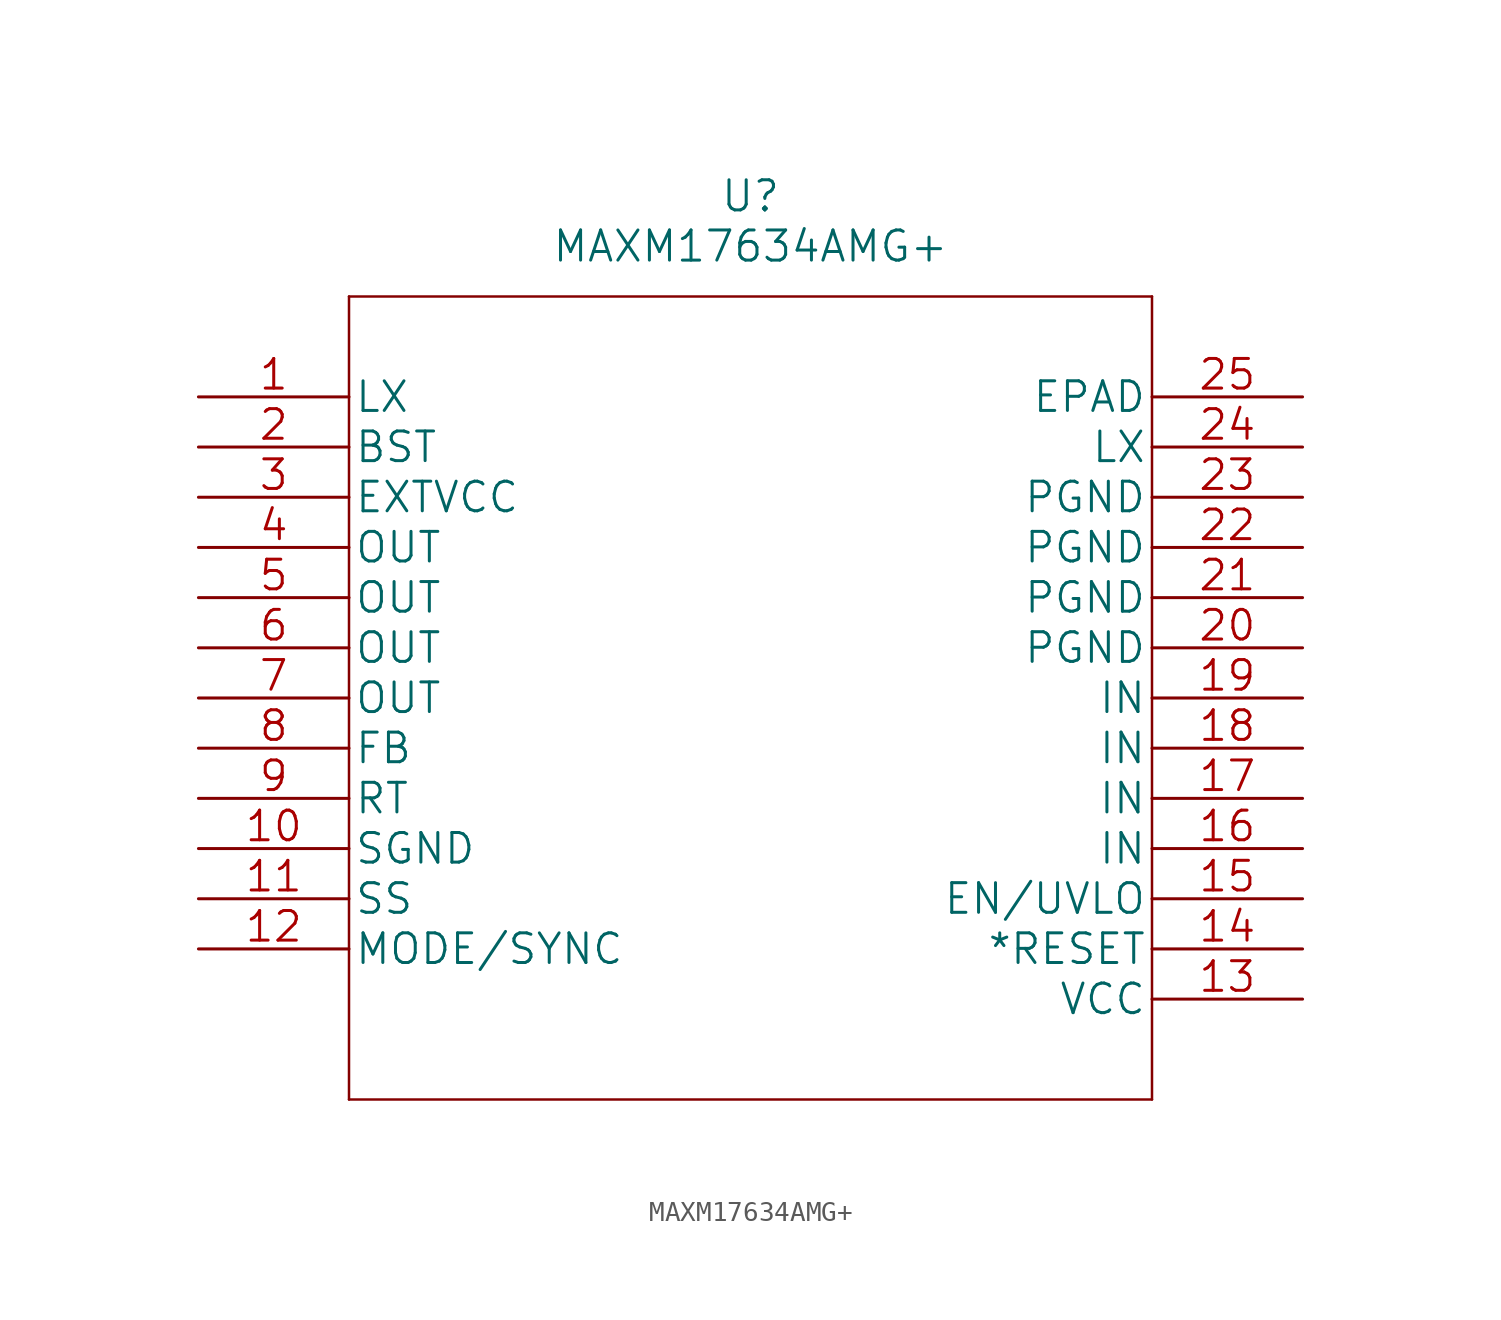
<source format=kicad_sym>
(kicad_symbol_lib
  (version 20210619)
  (generator kicad_symbol_editor)
  (symbol "MAXM17634AMG+"
    (pin_names
      (offset 0.254))
    (property "Reference" "U"
      (at 27.94 10.16 0)
      (effects (font (size 1.524 1.524))))
    (property "Value" "MAXM17634AMG+"
      (at 27.94 7.62 0)
      (effects (font (size 1.524 1.524))))
    (property "Datasheet" ""
      (at 0 0 0)
      (effects (font (size 1.524 1.524))))
    (property "ki_locked" ""
      (at 0 0 0)
      (effects (font (size 1.27 1.27))))
    (symbol "MAXM17634AMG+_1_1"
      (polyline (pts (xy 7.62 -35.56) (xy 48.26 -35.56)) (stroke (width 0.127)) (fill (type none)))
      (polyline (pts (xy 7.62 5.08) (xy 7.62 -35.56)) (stroke (width 0.127)) (fill (type none)))
      (polyline (pts (xy 48.26 -35.56) (xy 48.26 5.08)) (stroke (width 0.127)) (fill (type none)))
      (polyline (pts (xy 48.26 5.08) (xy 7.62 5.08)) (stroke (width 0.127)) (fill (type none)))
      (pin unspecified line (at 0 0 0) (length 7.62) (name "LX" (effects (font (size 1.499 1.499)))) (number "1" (effects (font (size 1.499 1.499)))))
      (pin power_in line (at 0 -22.86 0) (length 7.62) (name "SGND" (effects (font (size 1.499 1.499)))) (number "10" (effects (font (size 1.499 1.499)))))
      (pin input line (at 0 -25.4 0) (length 7.62) (name "SS" (effects (font (size 1.499 1.499)))) (number "11" (effects (font (size 1.499 1.499)))))
      (pin unspecified line (at 0 -27.94 0) (length 7.62) (name "MODE/SYNC" (effects (font (size 1.499 1.499)))) (number "12" (effects (font (size 1.499 1.499)))))
      (pin power_in line (at 55.88 -30.48 180) (length 7.62) (name "VCC" (effects (font (size 1.499 1.499)))) (number "13" (effects (font (size 1.499 1.499)))))
      (pin output line (at 55.88 -27.94 180) (length 7.62) (name "*RESET" (effects (font (size 1.499 1.499)))) (number "14" (effects (font (size 1.499 1.499)))))
      (pin unspecified line (at 55.88 -25.4 180) (length 7.62) (name "EN/UVLO" (effects (font (size 1.499 1.499)))) (number "15" (effects (font (size 1.499 1.499)))))
      (pin input line (at 55.88 -22.86 180) (length 7.62) (name "IN" (effects (font (size 1.499 1.499)))) (number "16" (effects (font (size 1.499 1.499)))))
      (pin input line (at 55.88 -20.32 180) (length 7.62) (name "IN" (effects (font (size 1.499 1.499)))) (number "17" (effects (font (size 1.499 1.499)))))
      (pin input line (at 55.88 -17.78 180) (length 7.62) (name "IN" (effects (font (size 1.499 1.499)))) (number "18" (effects (font (size 1.499 1.499)))))
      (pin input line (at 55.88 -15.24 180) (length 7.62) (name "IN" (effects (font (size 1.499 1.499)))) (number "19" (effects (font (size 1.499 1.499)))))
      (pin unspecified line (at 0 -2.54 0) (length 7.62) (name "BST" (effects (font (size 1.499 1.499)))) (number "2" (effects (font (size 1.499 1.499)))))
      (pin power_in line (at 55.88 -12.7 180) (length 7.62) (name "PGND" (effects (font (size 1.499 1.499)))) (number "20" (effects (font (size 1.499 1.499)))))
      (pin power_in line (at 55.88 -10.16 180) (length 7.62) (name "PGND" (effects (font (size 1.499 1.499)))) (number "21" (effects (font (size 1.499 1.499)))))
      (pin power_in line (at 55.88 -7.62 180) (length 7.62) (name "PGND" (effects (font (size 1.499 1.499)))) (number "22" (effects (font (size 1.499 1.499)))))
      (pin power_in line (at 55.88 -5.08 180) (length 7.62) (name "PGND" (effects (font (size 1.499 1.499)))) (number "23" (effects (font (size 1.499 1.499)))))
      (pin unspecified line (at 55.88 -2.54 180) (length 7.62) (name "LX" (effects (font (size 1.499 1.499)))) (number "24" (effects (font (size 1.499 1.499)))))
      (pin power_in line (at 55.88 0 180) (length 7.62) (name "EPAD" (effects (font (size 1.499 1.499)))) (number "25" (effects (font (size 1.499 1.499)))))
      (pin input line (at 0 -5.08 0) (length 7.62) (name "EXTVCC" (effects (font (size 1.499 1.499)))) (number "3" (effects (font (size 1.499 1.499)))))
      (pin output line (at 0 -7.62 0) (length 7.62) (name "OUT" (effects (font (size 1.499 1.499)))) (number "4" (effects (font (size 1.499 1.499)))))
      (pin output line (at 0 -10.16 0) (length 7.62) (name "OUT" (effects (font (size 1.499 1.499)))) (number "5" (effects (font (size 1.499 1.499)))))
      (pin output line (at 0 -12.7 0) (length 7.62) (name "OUT" (effects (font (size 1.499 1.499)))) (number "6" (effects (font (size 1.499 1.499)))))
      (pin output line (at 0 -15.24 0) (length 7.62) (name "OUT" (effects (font (size 1.499 1.499)))) (number "7" (effects (font (size 1.499 1.499)))))
      (pin output line (at 0 -17.78 0) (length 7.62) (name "FB" (effects (font (size 1.499 1.499)))) (number "8" (effects (font (size 1.499 1.499)))))
      (pin input line (at 0 -20.32 0) (length 7.62) (name "RT" (effects (font (size 1.499 1.499)))) (number "9" (effects (font (size 1.499 1.499))))))))
</source>
